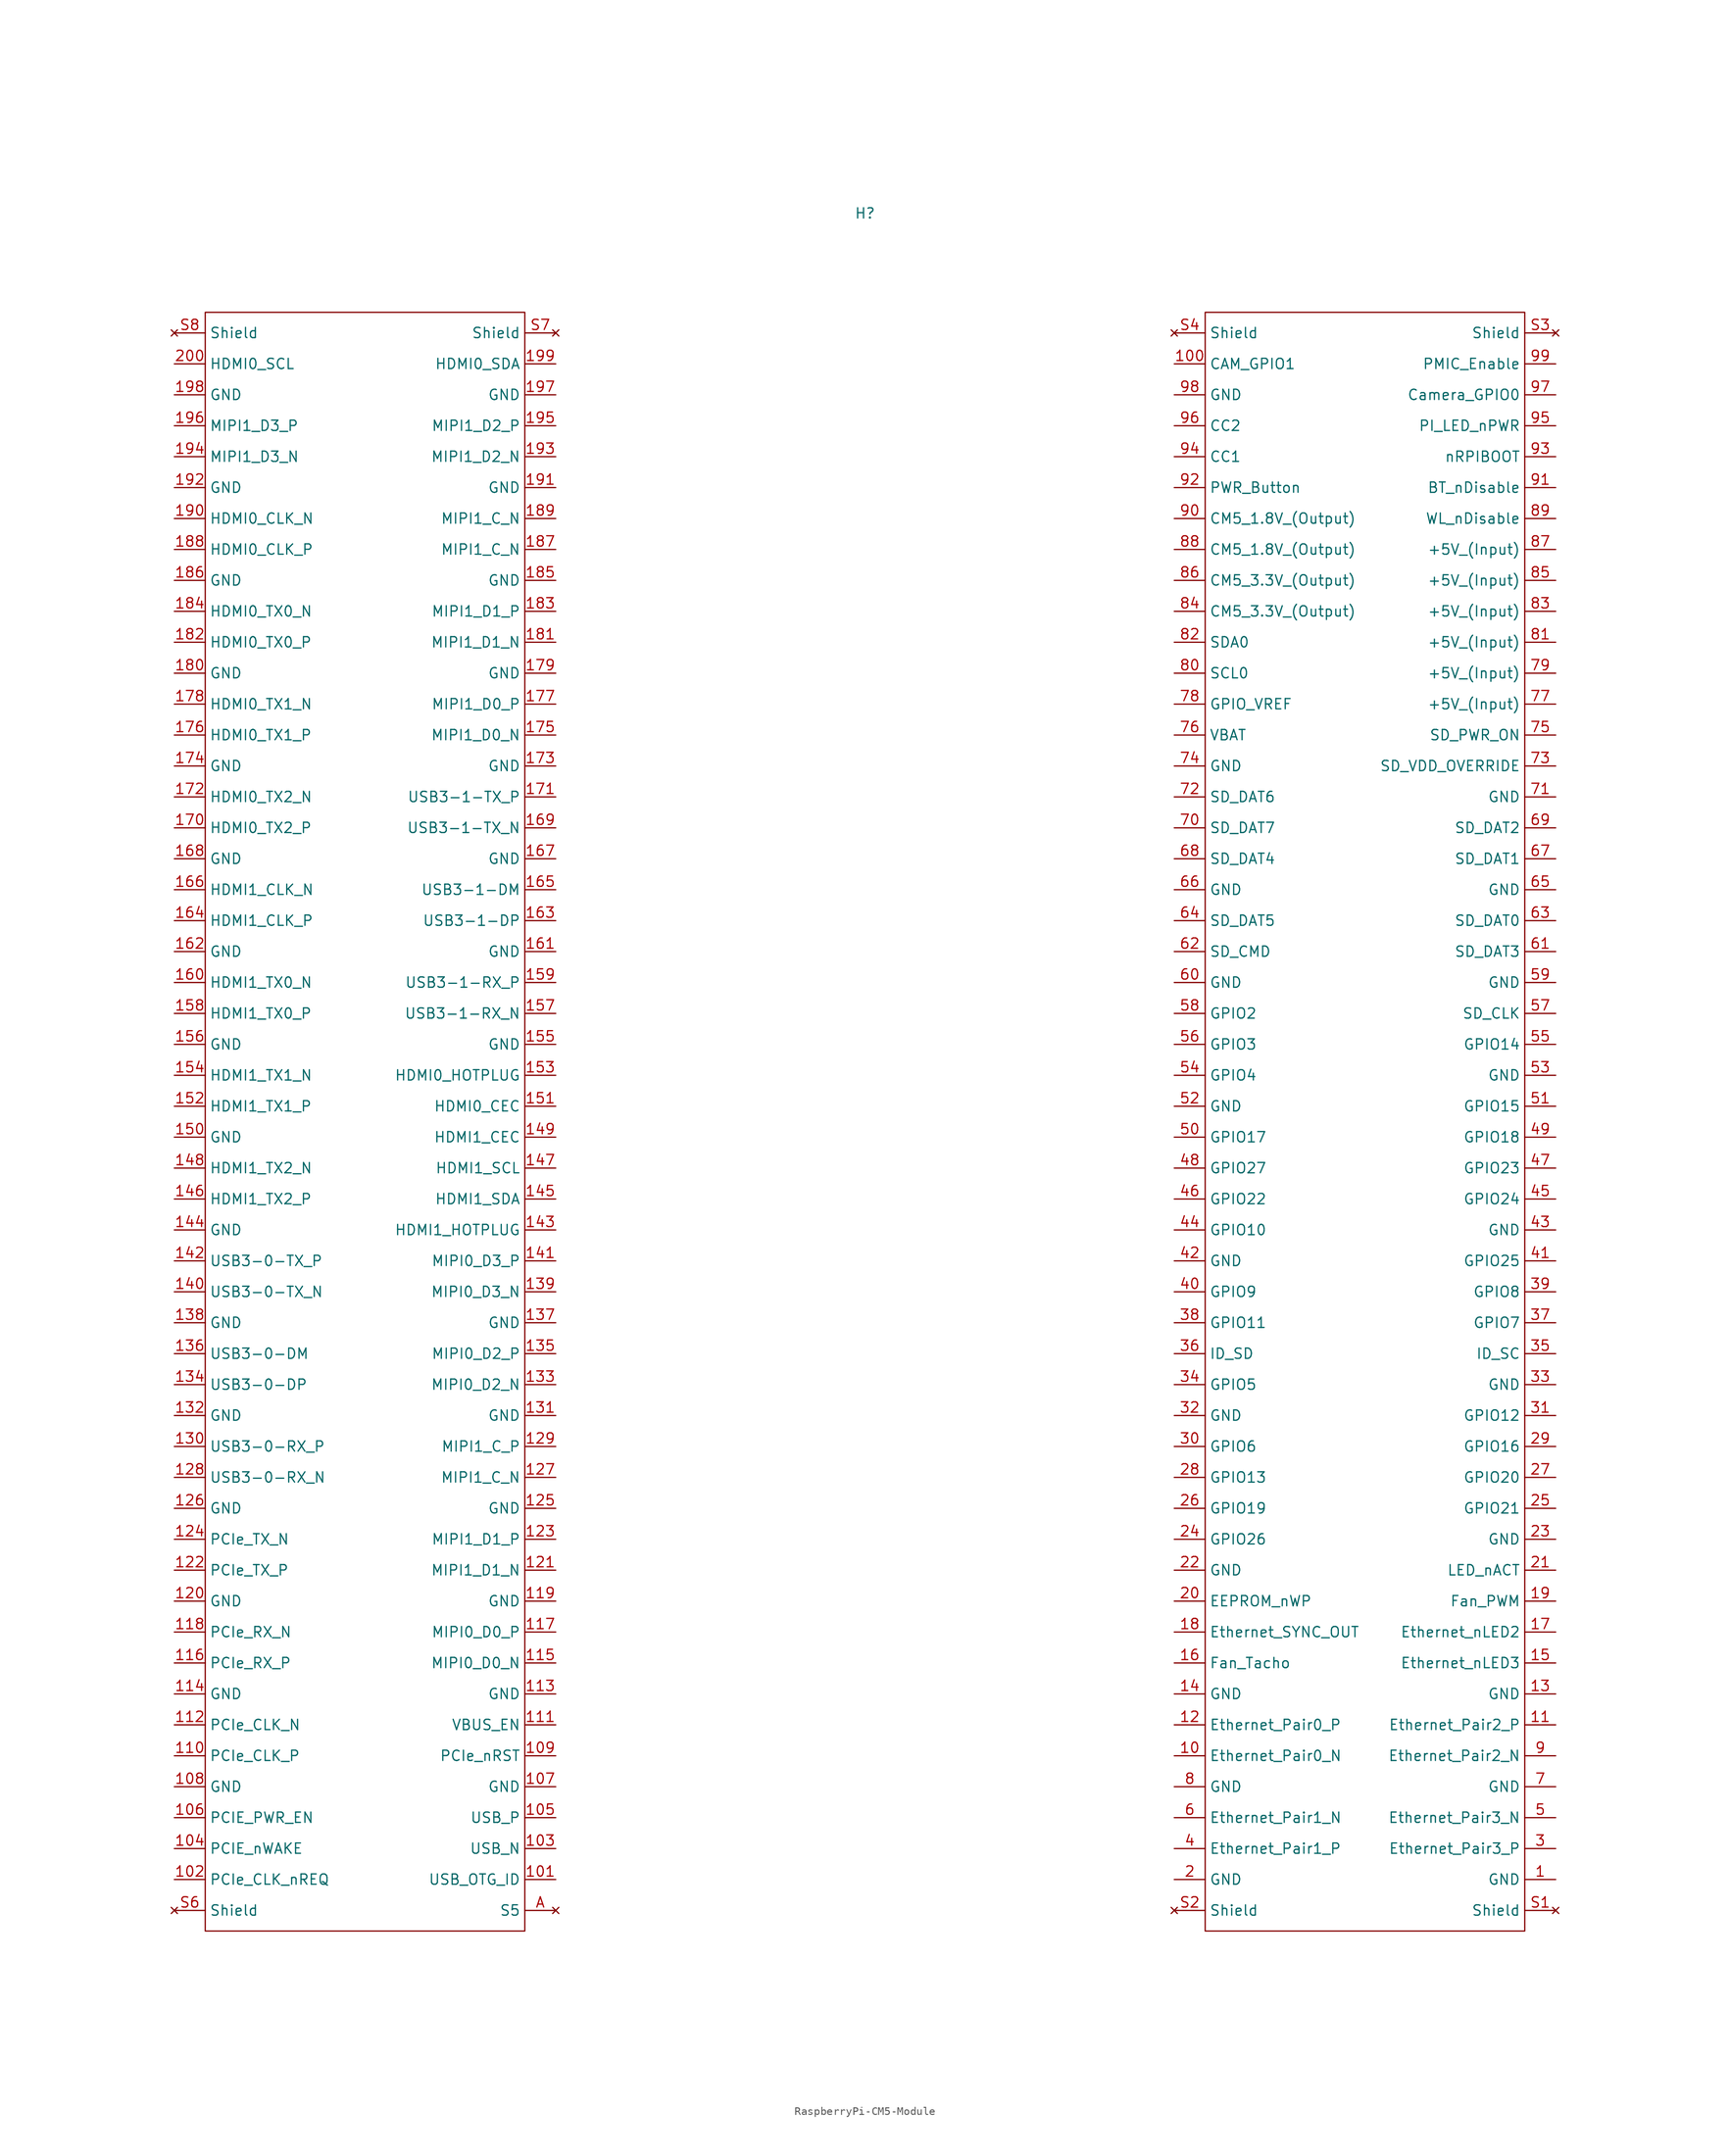
<source format=kicad_sym>
(kicad_symbol_lib
  (version 20241209)
  (generator "kicad_symbol_editor")
  (generator_version "9.0")
  (symbol "RaspberryPi-CM5-Module"
    (property "Reference" "H"
      (at 0 111.252 0)
      (effects (font (size 1.27 1.27))))
    (property "Value" ""
      (at 0 0 0)
      (effects (font (size 1.27 1.27))))
    (symbol "RaspberryPi-CM5-Module_0_1"
      (rectangle (start -81.28 99.06) (end -41.91 -100.33) (stroke (width 0) (type default)) (fill (type none)))
      (rectangle (start 41.91 99.06) (end 81.28 -100.33) (stroke (width 0) (type default)) (fill (type none))))
    (symbol "RaspberryPi-CM5-Module_1_1"
      (pin no_connect line (at -85.09 96.52 0) (length 3.81) (name "Shield" (effects (font (size 1.27 1.27)))) (number "S8" (effects (font (size 1.27 1.27)))))
      (pin bidirectional line (at -85.09 92.71 0) (length 3.81) (name "HDMI0_SCL" (effects (font (size 1.27 1.27)))) (number "200" (effects (font (size 1.27 1.27)))))
      (pin power_in line (at -85.09 88.9 0) (length 3.81) (name "GND" (effects (font (size 1.27 1.27)))) (number "198" (effects (font (size 1.27 1.27)))))
      (pin bidirectional line (at -85.09 85.09 0) (length 3.81) (name "MIPI1_D3_P" (effects (font (size 1.27 1.27)))) (number "196" (effects (font (size 1.27 1.27)))))
      (pin bidirectional line (at -85.09 81.28 0) (length 3.81) (name "MIPI1_D3_N" (effects (font (size 1.27 1.27)))) (number "194" (effects (font (size 1.27 1.27)))))
      (pin power_in line (at -85.09 77.47 0) (length 3.81) (name "GND" (effects (font (size 1.27 1.27)))) (number "192" (effects (font (size 1.27 1.27)))))
      (pin output line (at -85.09 73.66 0) (length 3.81) (name "HDMI0_CLK_N" (effects (font (size 1.27 1.27)))) (number "190" (effects (font (size 1.27 1.27)))))
      (pin output line (at -85.09 69.85 0) (length 3.81) (name "HDMI0_CLK_P" (effects (font (size 1.27 1.27)))) (number "188" (effects (font (size 1.27 1.27)))))
      (pin power_in line (at -85.09 66.04 0) (length 3.81) (name "GND" (effects (font (size 1.27 1.27)))) (number "186" (effects (font (size 1.27 1.27)))))
      (pin output line (at -85.09 62.23 0) (length 3.81) (name "HDMI0_TX0_N" (effects (font (size 1.27 1.27)))) (number "184" (effects (font (size 1.27 1.27)))))
      (pin output line (at -85.09 58.42 0) (length 3.81) (name "HDMI0_TX0_P" (effects (font (size 1.27 1.27)))) (number "182" (effects (font (size 1.27 1.27)))))
      (pin power_in line (at -85.09 54.61 0) (length 3.81) (name "GND" (effects (font (size 1.27 1.27)))) (number "180" (effects (font (size 1.27 1.27)))))
      (pin output line (at -85.09 50.8 0) (length 3.81) (name "HDMI0_TX1_N" (effects (font (size 1.27 1.27)))) (number "178" (effects (font (size 1.27 1.27)))))
      (pin output line (at -85.09 46.99 0) (length 3.81) (name "HDMI0_TX1_P" (effects (font (size 1.27 1.27)))) (number "176" (effects (font (size 1.27 1.27)))))
      (pin power_in line (at -85.09 43.18 0) (length 3.81) (name "GND" (effects (font (size 1.27 1.27)))) (number "174" (effects (font (size 1.27 1.27)))))
      (pin output line (at -85.09 39.37 0) (length 3.81) (name "HDMI0_TX2_N" (effects (font (size 1.27 1.27)))) (number "172" (effects (font (size 1.27 1.27)))))
      (pin output line (at -85.09 35.56 0) (length 3.81) (name "HDMI0_TX2_P" (effects (font (size 1.27 1.27)))) (number "170" (effects (font (size 1.27 1.27)))))
      (pin power_in line (at -85.09 31.75 0) (length 3.81) (name "GND" (effects (font (size 1.27 1.27)))) (number "168" (effects (font (size 1.27 1.27)))))
      (pin output line (at -85.09 27.94 0) (length 3.81) (name "HDMI1_CLK_N" (effects (font (size 1.27 1.27)))) (number "166" (effects (font (size 1.27 1.27)))))
      (pin output line (at -85.09 24.13 0) (length 3.81) (name "HDMI1_CLK_P" (effects (font (size 1.27 1.27)))) (number "164" (effects (font (size 1.27 1.27)))))
      (pin power_in line (at -85.09 20.32 0) (length 3.81) (name "GND" (effects (font (size 1.27 1.27)))) (number "162" (effects (font (size 1.27 1.27)))))
      (pin output line (at -85.09 16.51 0) (length 3.81) (name "HDMI1_TX0_N" (effects (font (size 1.27 1.27)))) (number "160" (effects (font (size 1.27 1.27)))))
      (pin output line (at -85.09 12.7 0) (length 3.81) (name "HDMI1_TX0_P" (effects (font (size 1.27 1.27)))) (number "158" (effects (font (size 1.27 1.27)))))
      (pin power_in line (at -85.09 8.89 0) (length 3.81) (name "GND" (effects (font (size 1.27 1.27)))) (number "156" (effects (font (size 1.27 1.27)))))
      (pin output line (at -85.09 5.08 0) (length 3.81) (name "HDMI1_TX1_N" (effects (font (size 1.27 1.27)))) (number "154" (effects (font (size 1.27 1.27)))))
      (pin output line (at -85.09 1.27 0) (length 3.81) (name "HDMI1_TX1_P" (effects (font (size 1.27 1.27)))) (number "152" (effects (font (size 1.27 1.27)))))
      (pin power_in line (at -85.09 -2.54 0) (length 3.81) (name "GND" (effects (font (size 1.27 1.27)))) (number "150" (effects (font (size 1.27 1.27)))))
      (pin output line (at -85.09 -6.35 0) (length 3.81) (name "HDMI1_TX2_N" (effects (font (size 1.27 1.27)))) (number "148" (effects (font (size 1.27 1.27)))))
      (pin output line (at -85.09 -10.16 0) (length 3.81) (name "HDMI1_TX2_P" (effects (font (size 1.27 1.27)))) (number "146" (effects (font (size 1.27 1.27)))))
      (pin power_in line (at -85.09 -13.97 0) (length 3.81) (name "GND" (effects (font (size 1.27 1.27)))) (number "144" (effects (font (size 1.27 1.27)))))
      (pin output line (at -85.09 -17.78 0) (length 3.81) (name "USB3-0-TX_P" (effects (font (size 1.27 1.27)))) (number "142" (effects (font (size 1.27 1.27)))))
      (pin output line (at -85.09 -21.59 0) (length 3.81) (name "USB3-0-TX_N" (effects (font (size 1.27 1.27)))) (number "140" (effects (font (size 1.27 1.27)))))
      (pin power_in line (at -85.09 -25.4 0) (length 3.81) (name "GND" (effects (font (size 1.27 1.27)))) (number "138" (effects (font (size 1.27 1.27)))))
      (pin bidirectional line (at -85.09 -29.21 0) (length 3.81) (name "USB3-0-DM" (effects (font (size 1.27 1.27)))) (number "136" (effects (font (size 1.27 1.27)))))
      (pin bidirectional line (at -85.09 -33.02 0) (length 3.81) (name "USB3-0-DP" (effects (font (size 1.27 1.27)))) (number "134" (effects (font (size 1.27 1.27)))))
      (pin power_in line (at -85.09 -36.83 0) (length 3.81) (name "GND" (effects (font (size 1.27 1.27)))) (number "132" (effects (font (size 1.27 1.27)))))
      (pin input line (at -85.09 -40.64 0) (length 3.81) (name "USB3-0-RX_P" (effects (font (size 1.27 1.27)))) (number "130" (effects (font (size 1.27 1.27)))))
      (pin input line (at -85.09 -44.45 0) (length 3.81) (name "USB3-0-RX_N" (effects (font (size 1.27 1.27)))) (number "128" (effects (font (size 1.27 1.27)))))
      (pin power_in line (at -85.09 -48.26 0) (length 3.81) (name "GND" (effects (font (size 1.27 1.27)))) (number "126" (effects (font (size 1.27 1.27)))))
      (pin output line (at -85.09 -52.07 0) (length 3.81) (name "PCIe_TX_N" (effects (font (size 1.27 1.27)))) (number "124" (effects (font (size 1.27 1.27)))))
      (pin output line (at -85.09 -55.88 0) (length 3.81) (name "PCIe_TX_P" (effects (font (size 1.27 1.27)))) (number "122" (effects (font (size 1.27 1.27)))))
      (pin power_in line (at -85.09 -59.69 0) (length 3.81) (name "GND" (effects (font (size 1.27 1.27)))) (number "120" (effects (font (size 1.27 1.27)))))
      (pin input line (at -85.09 -63.5 0) (length 3.81) (name "PCIe_RX_N" (effects (font (size 1.27 1.27)))) (number "118" (effects (font (size 1.27 1.27)))))
      (pin input line (at -85.09 -67.31 0) (length 3.81) (name "PCIe_RX_P" (effects (font (size 1.27 1.27)))) (number "116" (effects (font (size 1.27 1.27)))))
      (pin power_in line (at -85.09 -71.12 0) (length 3.81) (name "GND" (effects (font (size 1.27 1.27)))) (number "114" (effects (font (size 1.27 1.27)))))
      (pin output line (at -85.09 -74.93 0) (length 3.81) (name "PCIe_CLK_N" (effects (font (size 1.27 1.27)))) (number "112" (effects (font (size 1.27 1.27)))))
      (pin output line (at -85.09 -78.74 0) (length 3.81) (name "PCIe_CLK_P" (effects (font (size 1.27 1.27)))) (number "110" (effects (font (size 1.27 1.27)))))
      (pin power_in line (at -85.09 -82.55 0) (length 3.81) (name "GND" (effects (font (size 1.27 1.27)))) (number "108" (effects (font (size 1.27 1.27)))))
      (pin output line (at -85.09 -86.36 0) (length 3.81) (name "PCIE_PWR_EN" (effects (font (size 1.27 1.27)))) (number "106" (effects (font (size 1.27 1.27)))))
      (pin bidirectional line (at -85.09 -90.17 0) (length 3.81) (name "PCIE_nWAKE" (effects (font (size 1.27 1.27)))) (number "104" (effects (font (size 1.27 1.27)))))
      (pin bidirectional line (at -85.09 -93.98 0) (length 3.81) (name "PCIe_CLK_nREQ" (effects (font (size 1.27 1.27)))) (number "102" (effects (font (size 1.27 1.27)))))
      (pin no_connect line (at -85.09 -97.79 0) (length 3.81) (name "Shield" (effects (font (size 1.27 1.27)))) (number "S6" (effects (font (size 1.27 1.27)))))
      (pin no_connect line (at -38.1 96.52 180) (length 3.81) (name "Shield" (effects (font (size 1.27 1.27)))) (number "S7" (effects (font (size 1.27 1.27)))))
      (pin bidirectional line (at -38.1 92.71 180) (length 3.81) (name "HDMI0_SDA" (effects (font (size 1.27 1.27)))) (number "199" (effects (font (size 1.27 1.27)))))
      (pin power_in line (at -38.1 88.9 180) (length 3.81) (name "GND" (effects (font (size 1.27 1.27)))) (number "197" (effects (font (size 1.27 1.27)))))
      (pin bidirectional line (at -38.1 85.09 180) (length 3.81) (name "MIPI1_D2_P" (effects (font (size 1.27 1.27)))) (number "195" (effects (font (size 1.27 1.27)))))
      (pin bidirectional line (at -38.1 81.28 180) (length 3.81) (name "MIPI1_D2_N" (effects (font (size 1.27 1.27)))) (number "193" (effects (font (size 1.27 1.27)))))
      (pin power_in line (at -38.1 77.47 180) (length 3.81) (name "GND" (effects (font (size 1.27 1.27)))) (number "191" (effects (font (size 1.27 1.27)))))
      (pin bidirectional line (at -38.1 73.66 180) (length 3.81) (name "MIPI1_C_N" (effects (font (size 1.27 1.27)))) (number "189" (effects (font (size 1.27 1.27)))))
      (pin bidirectional line (at -38.1 69.85 180) (length 3.81) (name "MIPI1_C_N" (effects (font (size 1.27 1.27)))) (number "187" (effects (font (size 1.27 1.27)))))
      (pin power_in line (at -38.1 66.04 180) (length 3.81) (name "GND" (effects (font (size 1.27 1.27)))) (number "185" (effects (font (size 1.27 1.27)))))
      (pin bidirectional line (at -38.1 62.23 180) (length 3.81) (name "MIPI1_D1_P" (effects (font (size 1.27 1.27)))) (number "183" (effects (font (size 1.27 1.27)))))
      (pin bidirectional line (at -38.1 58.42 180) (length 3.81) (name "MIPI1_D1_N" (effects (font (size 1.27 1.27)))) (number "181" (effects (font (size 1.27 1.27)))))
      (pin power_in line (at -38.1 54.61 180) (length 3.81) (name "GND" (effects (font (size 1.27 1.27)))) (number "179" (effects (font (size 1.27 1.27)))))
      (pin bidirectional line (at -38.1 50.8 180) (length 3.81) (name "MIPI1_D0_P" (effects (font (size 1.27 1.27)))) (number "177" (effects (font (size 1.27 1.27)))))
      (pin bidirectional line (at -38.1 46.99 180) (length 3.81) (name "MIPI1_D0_N" (effects (font (size 1.27 1.27)))) (number "175" (effects (font (size 1.27 1.27)))))
      (pin power_in line (at -38.1 43.18 180) (length 3.81) (name "GND" (effects (font (size 1.27 1.27)))) (number "173" (effects (font (size 1.27 1.27)))))
      (pin output line (at -38.1 39.37 180) (length 3.81) (name "USB3-1-TX_P" (effects (font (size 1.27 1.27)))) (number "171" (effects (font (size 1.27 1.27)))))
      (pin output line (at -38.1 35.56 180) (length 3.81) (name "USB3-1-TX_N" (effects (font (size 1.27 1.27)))) (number "169" (effects (font (size 1.27 1.27)))))
      (pin power_in line (at -38.1 31.75 180) (length 3.81) (name "GND" (effects (font (size 1.27 1.27)))) (number "167" (effects (font (size 1.27 1.27)))))
      (pin bidirectional line (at -38.1 27.94 180) (length 3.81) (name "USB3-1-DM" (effects (font (size 1.27 1.27)))) (number "165" (effects (font (size 1.27 1.27)))))
      (pin bidirectional line (at -38.1 24.13 180) (length 3.81) (name "USB3-1-DP" (effects (font (size 1.27 1.27)))) (number "163" (effects (font (size 1.27 1.27)))))
      (pin power_in line (at -38.1 20.32 180) (length 3.81) (name "GND" (effects (font (size 1.27 1.27)))) (number "161" (effects (font (size 1.27 1.27)))))
      (pin input line (at -38.1 16.51 180) (length 3.81) (name "USB3-1-RX_P" (effects (font (size 1.27 1.27)))) (number "159" (effects (font (size 1.27 1.27)))))
      (pin input line (at -38.1 12.7 180) (length 3.81) (name "USB3-1-RX_N" (effects (font (size 1.27 1.27)))) (number "157" (effects (font (size 1.27 1.27)))))
      (pin power_in line (at -38.1 8.89 180) (length 3.81) (name "GND" (effects (font (size 1.27 1.27)))) (number "155" (effects (font (size 1.27 1.27)))))
      (pin input line (at -38.1 5.08 180) (length 3.81) (name "HDMI0_HOTPLUG" (effects (font (size 1.27 1.27)))) (number "153" (effects (font (size 1.27 1.27)))))
      (pin input line (at -38.1 1.27 180) (length 3.81) (name "HDMI0_CEC" (effects (font (size 1.27 1.27)))) (number "151" (effects (font (size 1.27 1.27)))))
      (pin input line (at -38.1 -2.54 180) (length 3.81) (name "HDMI1_CEC" (effects (font (size 1.27 1.27)))) (number "149" (effects (font (size 1.27 1.27)))))
      (pin bidirectional line (at -38.1 -6.35 180) (length 3.81) (name "HDMI1_SCL" (effects (font (size 1.27 1.27)))) (number "147" (effects (font (size 1.27 1.27)))))
      (pin bidirectional line (at -38.1 -10.16 180) (length 3.81) (name "HDMI1_SDA" (effects (font (size 1.27 1.27)))) (number "145" (effects (font (size 1.27 1.27)))))
      (pin input line (at -38.1 -13.97 180) (length 3.81) (name "HDMI1_HOTPLUG" (effects (font (size 1.27 1.27)))) (number "143" (effects (font (size 1.27 1.27)))))
      (pin bidirectional line (at -38.1 -17.78 180) (length 3.81) (name "MIPI0_D3_P" (effects (font (size 1.27 1.27)))) (number "141" (effects (font (size 1.27 1.27)))))
      (pin bidirectional line (at -38.1 -21.59 180) (length 3.81) (name "MIPI0_D3_N" (effects (font (size 1.27 1.27)))) (number "139" (effects (font (size 1.27 1.27)))))
      (pin power_in line (at -38.1 -25.4 180) (length 3.81) (name "GND" (effects (font (size 1.27 1.27)))) (number "137" (effects (font (size 1.27 1.27)))))
      (pin bidirectional line (at -38.1 -29.21 180) (length 3.81) (name "MIPI0_D2_P" (effects (font (size 1.27 1.27)))) (number "135" (effects (font (size 1.27 1.27)))))
      (pin bidirectional line (at -38.1 -33.02 180) (length 3.81) (name "MIPI0_D2_N" (effects (font (size 1.27 1.27)))) (number "133" (effects (font (size 1.27 1.27)))))
      (pin power_in line (at -38.1 -36.83 180) (length 3.81) (name "GND" (effects (font (size 1.27 1.27)))) (number "131" (effects (font (size 1.27 1.27)))))
      (pin bidirectional line (at -38.1 -40.64 180) (length 3.81) (name "MIPI1_C_P" (effects (font (size 1.27 1.27)))) (number "129" (effects (font (size 1.27 1.27)))))
      (pin bidirectional line (at -38.1 -44.45 180) (length 3.81) (name "MIPI1_C_N" (effects (font (size 1.27 1.27)))) (number "127" (effects (font (size 1.27 1.27)))))
      (pin power_in line (at -38.1 -48.26 180) (length 3.81) (name "GND" (effects (font (size 1.27 1.27)))) (number "125" (effects (font (size 1.27 1.27)))))
      (pin bidirectional line (at -38.1 -52.07 180) (length 3.81) (name "MIPI1_D1_P" (effects (font (size 1.27 1.27)))) (number "123" (effects (font (size 1.27 1.27)))))
      (pin bidirectional line (at -38.1 -55.88 180) (length 3.81) (name "MIPI1_D1_N" (effects (font (size 1.27 1.27)))) (number "121" (effects (font (size 1.27 1.27)))))
      (pin power_in line (at -38.1 -59.69 180) (length 3.81) (name "GND" (effects (font (size 1.27 1.27)))) (number "119" (effects (font (size 1.27 1.27)))))
      (pin bidirectional line (at -38.1 -63.5 180) (length 3.81) (name "MIPI0_D0_P" (effects (font (size 1.27 1.27)))) (number "117" (effects (font (size 1.27 1.27)))))
      (pin bidirectional line (at -38.1 -67.31 180) (length 3.81) (name "MIPI0_D0_N" (effects (font (size 1.27 1.27)))) (number "115" (effects (font (size 1.27 1.27)))))
      (pin power_in line (at -38.1 -71.12 180) (length 3.81) (name "GND" (effects (font (size 1.27 1.27)))) (number "113" (effects (font (size 1.27 1.27)))))
      (pin output line (at -38.1 -74.93 180) (length 3.81) (name "VBUS_EN" (effects (font (size 1.27 1.27)))) (number "111" (effects (font (size 1.27 1.27)))))
      (pin output line (at -38.1 -78.74 180) (length 3.81) (name "PCIe_nRST" (effects (font (size 1.27 1.27)))) (number "109" (effects (font (size 1.27 1.27)))))
      (pin power_in line (at -38.1 -82.55 180) (length 3.81) (name "GND" (effects (font (size 1.27 1.27)))) (number "107" (effects (font (size 1.27 1.27)))))
      (pin bidirectional line (at -38.1 -86.36 180) (length 3.81) (name "USB_P" (effects (font (size 1.27 1.27)))) (number "105" (effects (font (size 1.27 1.27)))))
      (pin bidirectional line (at -38.1 -90.17 180) (length 3.81) (name "USB_N" (effects (font (size 1.27 1.27)))) (number "103" (effects (font (size 1.27 1.27)))))
      (pin input line (at -38.1 -93.98 180) (length 3.81) (name "USB_OTG_ID" (effects (font (size 1.27 1.27)))) (number "101" (effects (font (size 1.27 1.27)))))
      (pin no_connect line (at -38.1 -97.79 180) (length 3.81) (name "S5" (effects (font (size 1.27 1.27)))) (number "A" (effects (font (size 1.27 1.27)))))
      (pin no_connect line (at 38.1 96.52 0) (length 3.81) (name "Shield" (effects (font (size 1.27 1.27)))) (number "S4" (effects (font (size 1.27 1.27)))))
      (pin bidirectional line (at 38.1 92.71 0) (length 3.81) (name "CAM_GPIO1" (effects (font (size 1.27 1.27)))) (number "100" (effects (font (size 1.27 1.27)))))
      (pin power_in line (at 38.1 88.9 0) (length 3.81) (name "GND" (effects (font (size 1.27 1.27)))) (number "98" (effects (font (size 1.27 1.27)))))
      (pin input line (at 38.1 85.09 0) (length 3.81) (name "CC2" (effects (font (size 1.27 1.27)))) (number "96" (effects (font (size 1.27 1.27)))))
      (pin input line (at 38.1 81.28 0) (length 3.81) (name "CC1" (effects (font (size 1.27 1.27)))) (number "94" (effects (font (size 1.27 1.27)))))
      (pin input line (at 38.1 77.47 0) (length 3.81) (name "PWR_Button" (effects (font (size 1.27 1.27)))) (number "92" (effects (font (size 1.27 1.27)))))
      (pin power_out line (at 38.1 73.66 0) (length 3.81) (name "CM5_1.8V_(Output)" (effects (font (size 1.27 1.27)))) (number "90" (effects (font (size 1.27 1.27)))))
      (pin power_out line (at 38.1 69.85 0) (length 3.81) (name "CM5_1.8V_(Output)" (effects (font (size 1.27 1.27)))) (number "88" (effects (font (size 1.27 1.27)))))
      (pin power_out line (at 38.1 66.04 0) (length 3.81) (name "CM5_3.3V_(Output)" (effects (font (size 1.27 1.27)))) (number "86" (effects (font (size 1.27 1.27)))))
      (pin power_out line (at 38.1 62.23 0) (length 3.81) (name "CM5_3.3V_(Output)" (effects (font (size 1.27 1.27)))) (number "84" (effects (font (size 1.27 1.27)))))
      (pin bidirectional line (at 38.1 58.42 0) (length 3.81) (name "SDA0" (effects (font (size 1.27 1.27)))) (number "82" (effects (font (size 1.27 1.27)))))
      (pin output line (at 38.1 54.61 0) (length 3.81) (name "SCL0" (effects (font (size 1.27 1.27)))) (number "80" (effects (font (size 1.27 1.27)))))
      (pin power_in line (at 38.1 50.8 0) (length 3.81) (name "GPIO_VREF" (effects (font (size 1.27 1.27)))) (number "78" (effects (font (size 1.27 1.27)))))
      (pin power_in line (at 38.1 46.99 0) (length 3.81) (name "VBAT" (effects (font (size 1.27 1.27)))) (number "76" (effects (font (size 1.27 1.27)))))
      (pin power_in line (at 38.1 43.18 0) (length 3.81) (name "GND" (effects (font (size 1.27 1.27)))) (number "74" (effects (font (size 1.27 1.27)))))
      (pin bidirectional line (at 38.1 39.37 0) (length 3.81) (name "SD_DAT6" (effects (font (size 1.27 1.27)))) (number "72" (effects (font (size 1.27 1.27)))))
      (pin bidirectional line (at 38.1 35.56 0) (length 3.81) (name "SD_DAT7" (effects (font (size 1.27 1.27)))) (number "70" (effects (font (size 1.27 1.27)))))
      (pin bidirectional line (at 38.1 31.75 0) (length 3.81) (name "SD_DAT4" (effects (font (size 1.27 1.27)))) (number "68" (effects (font (size 1.27 1.27)))))
      (pin power_in line (at 38.1 27.94 0) (length 3.81) (name "GND" (effects (font (size 1.27 1.27)))) (number "66" (effects (font (size 1.27 1.27)))))
      (pin bidirectional line (at 38.1 24.13 0) (length 3.81) (name "SD_DAT5" (effects (font (size 1.27 1.27)))) (number "64" (effects (font (size 1.27 1.27)))))
      (pin bidirectional line (at 38.1 20.32 0) (length 3.81) (name "SD_CMD" (effects (font (size 1.27 1.27)))) (number "62" (effects (font (size 1.27 1.27)))))
      (pin power_in line (at 38.1 16.51 0) (length 3.81) (name "GND" (effects (font (size 1.27 1.27)))) (number "60" (effects (font (size 1.27 1.27)))))
      (pin bidirectional line (at 38.1 12.7 0) (length 3.81) (name "GPIO2" (effects (font (size 1.27 1.27)))) (number "58" (effects (font (size 1.27 1.27)))))
      (pin bidirectional line (at 38.1 8.89 0) (length 3.81) (name "GPIO3" (effects (font (size 1.27 1.27)))) (number "56" (effects (font (size 1.27 1.27)))))
      (pin bidirectional line (at 38.1 5.08 0) (length 3.81) (name "GPIO4" (effects (font (size 1.27 1.27)))) (number "54" (effects (font (size 1.27 1.27)))))
      (pin power_in line (at 38.1 1.27 0) (length 3.81) (name "GND" (effects (font (size 1.27 1.27)))) (number "52" (effects (font (size 1.27 1.27)))))
      (pin bidirectional line (at 38.1 -2.54 0) (length 3.81) (name "GPIO17" (effects (font (size 1.27 1.27)))) (number "50" (effects (font (size 1.27 1.27)))))
      (pin bidirectional line (at 38.1 -6.35 0) (length 3.81) (name "GPIO27" (effects (font (size 1.27 1.27)))) (number "48" (effects (font (size 1.27 1.27)))))
      (pin bidirectional line (at 38.1 -10.16 0) (length 3.81) (name "GPIO22" (effects (font (size 1.27 1.27)))) (number "46" (effects (font (size 1.27 1.27)))))
      (pin bidirectional line (at 38.1 -13.97 0) (length 3.81) (name "GPIO10" (effects (font (size 1.27 1.27)))) (number "44" (effects (font (size 1.27 1.27)))))
      (pin power_in line (at 38.1 -17.78 0) (length 3.81) (name "GND" (effects (font (size 1.27 1.27)))) (number "42" (effects (font (size 1.27 1.27)))))
      (pin bidirectional line (at 38.1 -21.59 0) (length 3.81) (name "GPIO9" (effects (font (size 1.27 1.27)))) (number "40" (effects (font (size 1.27 1.27)))))
      (pin bidirectional line (at 38.1 -25.4 0) (length 3.81) (name "GPIO11" (effects (font (size 1.27 1.27)))) (number "38" (effects (font (size 1.27 1.27)))))
      (pin bidirectional line (at 38.1 -29.21 0) (length 3.81) (name "ID_SD" (effects (font (size 1.27 1.27)))) (number "36" (effects (font (size 1.27 1.27)))))
      (pin bidirectional line (at 38.1 -33.02 0) (length 3.81) (name "GPIO5" (effects (font (size 1.27 1.27)))) (number "34" (effects (font (size 1.27 1.27)))))
      (pin power_in line (at 38.1 -36.83 0) (length 3.81) (name "GND" (effects (font (size 1.27 1.27)))) (number "32" (effects (font (size 1.27 1.27)))))
      (pin bidirectional line (at 38.1 -40.64 0) (length 3.81) (name "GPIO6" (effects (font (size 1.27 1.27)))) (number "30" (effects (font (size 1.27 1.27)))))
      (pin bidirectional line (at 38.1 -44.45 0) (length 3.81) (name "GPIO13" (effects (font (size 1.27 1.27)))) (number "28" (effects (font (size 1.27 1.27)))))
      (pin bidirectional line (at 38.1 -48.26 0) (length 3.81) (name "GPIO19" (effects (font (size 1.27 1.27)))) (number "26" (effects (font (size 1.27 1.27)))))
      (pin bidirectional line (at 38.1 -52.07 0) (length 3.81) (name "GPIO26" (effects (font (size 1.27 1.27)))) (number "24" (effects (font (size 1.27 1.27)))))
      (pin power_in line (at 38.1 -55.88 0) (length 3.81) (name "GND" (effects (font (size 1.27 1.27)))) (number "22" (effects (font (size 1.27 1.27)))))
      (pin input line (at 38.1 -59.69 0) (length 3.81) (name "EEPROM_nWP" (effects (font (size 1.27 1.27)))) (number "20" (effects (font (size 1.27 1.27)))))
      (pin output line (at 38.1 -63.5 0) (length 3.81) (name "Ethernet_SYNC_OUT" (effects (font (size 1.27 1.27)))) (number "18" (effects (font (size 1.27 1.27)))))
      (pin input line (at 38.1 -67.31 0) (length 3.81) (name "Fan_Tacho" (effects (font (size 1.27 1.27)))) (number "16" (effects (font (size 1.27 1.27)))))
      (pin power_in line (at 38.1 -71.12 0) (length 3.81) (name "GND" (effects (font (size 1.27 1.27)))) (number "14" (effects (font (size 1.27 1.27)))))
      (pin bidirectional line (at 38.1 -74.93 0) (length 3.81) (name "Ethernet_Pair0_P" (effects (font (size 1.27 1.27)))) (number "12" (effects (font (size 1.27 1.27)))))
      (pin bidirectional line (at 38.1 -78.74 0) (length 3.81) (name "Ethernet_Pair0_N" (effects (font (size 1.27 1.27)))) (number "10" (effects (font (size 1.27 1.27)))))
      (pin power_in line (at 38.1 -82.55 0) (length 3.81) (name "GND" (effects (font (size 1.27 1.27)))) (number "8" (effects (font (size 1.27 1.27)))))
      (pin bidirectional line (at 38.1 -86.36 0) (length 3.81) (name "Ethernet_Pair1_N" (effects (font (size 1.27 1.27)))) (number "6" (effects (font (size 1.27 1.27)))))
      (pin bidirectional line (at 38.1 -90.17 0) (length 3.81) (name "Ethernet_Pair1_P" (effects (font (size 1.27 1.27)))) (number "4" (effects (font (size 1.27 1.27)))))
      (pin power_in line (at 38.1 -93.98 0) (length 3.81) (name "GND" (effects (font (size 1.27 1.27)))) (number "2" (effects (font (size 1.27 1.27)))))
      (pin no_connect line (at 38.1 -97.79 0) (length 3.81) (name "Shield" (effects (font (size 1.27 1.27)))) (number "S2" (effects (font (size 1.27 1.27)))))
      (pin no_connect line (at 85.09 96.52 180) (length 3.81) (name "Shield" (effects (font (size 1.27 1.27)))) (number "S3" (effects (font (size 1.27 1.27)))))
      (pin input line (at 85.09 92.71 180) (length 3.81) (name "PMIC_Enable" (effects (font (size 1.27 1.27)))) (number "99" (effects (font (size 1.27 1.27)))))
      (pin bidirectional line (at 85.09 88.9 180) (length 3.81) (name "Camera_GPIO0" (effects (font (size 1.27 1.27)))) (number "97" (effects (font (size 1.27 1.27)))))
      (pin output line (at 85.09 85.09 180) (length 3.81) (name "PI_LED_nPWR" (effects (font (size 1.27 1.27)))) (number "95" (effects (font (size 1.27 1.27)))))
      (pin input line (at 85.09 81.28 180) (length 3.81) (name "nRPIBOOT" (effects (font (size 1.27 1.27)))) (number "93" (effects (font (size 1.27 1.27)))))
      (pin input line (at 85.09 77.47 180) (length 3.81) (name "BT_nDisable" (effects (font (size 1.27 1.27)))) (number "91" (effects (font (size 1.27 1.27)))))
      (pin input line (at 85.09 73.66 180) (length 3.81) (name "WL_nDisable" (effects (font (size 1.27 1.27)))) (number "89" (effects (font (size 1.27 1.27)))))
      (pin power_in line (at 85.09 69.85 180) (length 3.81) (name "+5V_(Input)" (effects (font (size 1.27 1.27)))) (number "87" (effects (font (size 1.27 1.27)))))
      (pin power_in line (at 85.09 66.04 180) (length 3.81) (name "+5V_(Input)" (effects (font (size 1.27 1.27)))) (number "85" (effects (font (size 1.27 1.27)))))
      (pin power_in line (at 85.09 62.23 180) (length 3.81) (name "+5V_(Input)" (effects (font (size 1.27 1.27)))) (number "83" (effects (font (size 1.27 1.27)))))
      (pin power_in line (at 85.09 58.42 180) (length 3.81) (name "+5V_(Input)" (effects (font (size 1.27 1.27)))) (number "81" (effects (font (size 1.27 1.27)))))
      (pin power_in line (at 85.09 54.61 180) (length 3.81) (name "+5V_(Input)" (effects (font (size 1.27 1.27)))) (number "79" (effects (font (size 1.27 1.27)))))
      (pin power_in line (at 85.09 50.8 180) (length 3.81) (name "+5V_(Input)" (effects (font (size 1.27 1.27)))) (number "77" (effects (font (size 1.27 1.27)))))
      (pin output line (at 85.09 46.99 180) (length 3.81) (name "SD_PWR_ON" (effects (font (size 1.27 1.27)))) (number "75" (effects (font (size 1.27 1.27)))))
      (pin input line (at 85.09 43.18 180) (length 3.81) (name "SD_VDD_OVERRIDE" (effects (font (size 1.27 1.27)))) (number "73" (effects (font (size 1.27 1.27)))))
      (pin power_in line (at 85.09 39.37 180) (length 3.81) (name "GND" (effects (font (size 1.27 1.27)))) (number "71" (effects (font (size 1.27 1.27)))))
      (pin bidirectional line (at 85.09 35.56 180) (length 3.81) (name "SD_DAT2" (effects (font (size 1.27 1.27)))) (number "69" (effects (font (size 1.27 1.27)))))
      (pin bidirectional line (at 85.09 31.75 180) (length 3.81) (name "SD_DAT1" (effects (font (size 1.27 1.27)))) (number "67" (effects (font (size 1.27 1.27)))))
      (pin power_in line (at 85.09 27.94 180) (length 3.81) (name "GND" (effects (font (size 1.27 1.27)))) (number "65" (effects (font (size 1.27 1.27)))))
      (pin bidirectional line (at 85.09 24.13 180) (length 3.81) (name "SD_DAT0" (effects (font (size 1.27 1.27)))) (number "63" (effects (font (size 1.27 1.27)))))
      (pin bidirectional line (at 85.09 20.32 180) (length 3.81) (name "SD_DAT3" (effects (font (size 1.27 1.27)))) (number "61" (effects (font (size 1.27 1.27)))))
      (pin power_in line (at 85.09 16.51 180) (length 3.81) (name "GND" (effects (font (size 1.27 1.27)))) (number "59" (effects (font (size 1.27 1.27)))))
      (pin output line (at 85.09 12.7 180) (length 3.81) (name "SD_CLK" (effects (font (size 1.27 1.27)))) (number "57" (effects (font (size 1.27 1.27)))))
      (pin bidirectional line (at 85.09 8.89 180) (length 3.81) (name "GPIO14" (effects (font (size 1.27 1.27)))) (number "55" (effects (font (size 1.27 1.27)))))
      (pin power_in line (at 85.09 5.08 180) (length 3.81) (name "GND" (effects (font (size 1.27 1.27)))) (number "53" (effects (font (size 1.27 1.27)))))
      (pin bidirectional line (at 85.09 1.27 180) (length 3.81) (name "GPIO15" (effects (font (size 1.27 1.27)))) (number "51" (effects (font (size 1.27 1.27)))))
      (pin bidirectional line (at 85.09 -2.54 180) (length 3.81) (name "GPIO18" (effects (font (size 1.27 1.27)))) (number "49" (effects (font (size 1.27 1.27)))))
      (pin bidirectional line (at 85.09 -6.35 180) (length 3.81) (name "GPIO23" (effects (font (size 1.27 1.27)))) (number "47" (effects (font (size 1.27 1.27)))))
      (pin bidirectional line (at 85.09 -10.16 180) (length 3.81) (name "GPIO24" (effects (font (size 1.27 1.27)))) (number "45" (effects (font (size 1.27 1.27)))))
      (pin power_in line (at 85.09 -13.97 180) (length 3.81) (name "GND" (effects (font (size 1.27 1.27)))) (number "43" (effects (font (size 1.27 1.27)))))
      (pin bidirectional line (at 85.09 -17.78 180) (length 3.81) (name "GPIO25" (effects (font (size 1.27 1.27)))) (number "41" (effects (font (size 1.27 1.27)))))
      (pin bidirectional line (at 85.09 -21.59 180) (length 3.81) (name "GPIO8" (effects (font (size 1.27 1.27)))) (number "39" (effects (font (size 1.27 1.27)))))
      (pin bidirectional line (at 85.09 -25.4 180) (length 3.81) (name "GPIO7" (effects (font (size 1.27 1.27)))) (number "37" (effects (font (size 1.27 1.27)))))
      (pin bidirectional line (at 85.09 -29.21 180) (length 3.81) (name "ID_SC" (effects (font (size 1.27 1.27)))) (number "35" (effects (font (size 1.27 1.27)))))
      (pin power_in line (at 85.09 -33.02 180) (length 3.81) (name "GND" (effects (font (size 1.27 1.27)))) (number "33" (effects (font (size 1.27 1.27)))))
      (pin bidirectional line (at 85.09 -36.83 180) (length 3.81) (name "GPIO12" (effects (font (size 1.27 1.27)))) (number "31" (effects (font (size 1.27 1.27)))))
      (pin bidirectional line (at 85.09 -40.64 180) (length 3.81) (name "GPIO16" (effects (font (size 1.27 1.27)))) (number "29" (effects (font (size 1.27 1.27)))))
      (pin bidirectional line (at 85.09 -44.45 180) (length 3.81) (name "GPIO20" (effects (font (size 1.27 1.27)))) (number "27" (effects (font (size 1.27 1.27)))))
      (pin bidirectional line (at 85.09 -48.26 180) (length 3.81) (name "GPIO21" (effects (font (size 1.27 1.27)))) (number "25" (effects (font (size 1.27 1.27)))))
      (pin power_in line (at 85.09 -52.07 180) (length 3.81) (name "GND" (effects (font (size 1.27 1.27)))) (number "23" (effects (font (size 1.27 1.27)))))
      (pin output line (at 85.09 -55.88 180) (length 3.81) (name "LED_nACT" (effects (font (size 1.27 1.27)))) (number "21" (effects (font (size 1.27 1.27)))))
      (pin output line (at 85.09 -59.69 180) (length 3.81) (name "Fan_PWM" (effects (font (size 1.27 1.27)))) (number "19" (effects (font (size 1.27 1.27)))))
      (pin output line (at 85.09 -63.5 180) (length 3.81) (name "Ethernet_nLED2" (effects (font (size 1.27 1.27)))) (number "17" (effects (font (size 1.27 1.27)))))
      (pin output line (at 85.09 -67.31 180) (length 3.81) (name "Ethernet_nLED3" (effects (font (size 1.27 1.27)))) (number "15" (effects (font (size 1.27 1.27)))))
      (pin power_in line (at 85.09 -71.12 180) (length 3.81) (name "GND" (effects (font (size 1.27 1.27)))) (number "13" (effects (font (size 1.27 1.27)))))
      (pin bidirectional line (at 85.09 -74.93 180) (length 3.81) (name "Ethernet_Pair2_P" (effects (font (size 1.27 1.27)))) (number "11" (effects (font (size 1.27 1.27)))))
      (pin bidirectional line (at 85.09 -78.74 180) (length 3.81) (name "Ethernet_Pair2_N" (effects (font (size 1.27 1.27)))) (number "9" (effects (font (size 1.27 1.27)))))
      (pin power_in line (at 85.09 -82.55 180) (length 3.81) (name "GND" (effects (font (size 1.27 1.27)))) (number "7" (effects (font (size 1.27 1.27)))))
      (pin bidirectional line (at 85.09 -86.36 180) (length 3.81) (name "Ethernet_Pair3_N" (effects (font (size 1.27 1.27)))) (number "5" (effects (font (size 1.27 1.27)))))
      (pin bidirectional line (at 85.09 -90.17 180) (length 3.81) (name "Ethernet_Pair3_P" (effects (font (size 1.27 1.27)))) (number "3" (effects (font (size 1.27 1.27)))))
      (pin power_in line (at 85.09 -93.98 180) (length 3.81) (name "GND" (effects (font (size 1.27 1.27)))) (number "1" (effects (font (size 1.27 1.27)))))
      (pin no_connect line (at 85.09 -97.79 180) (length 3.81) (name "Shield" (effects (font (size 1.27 1.27)))) (number "S1" (effects (font (size 1.27 1.27))))))))
</source>
